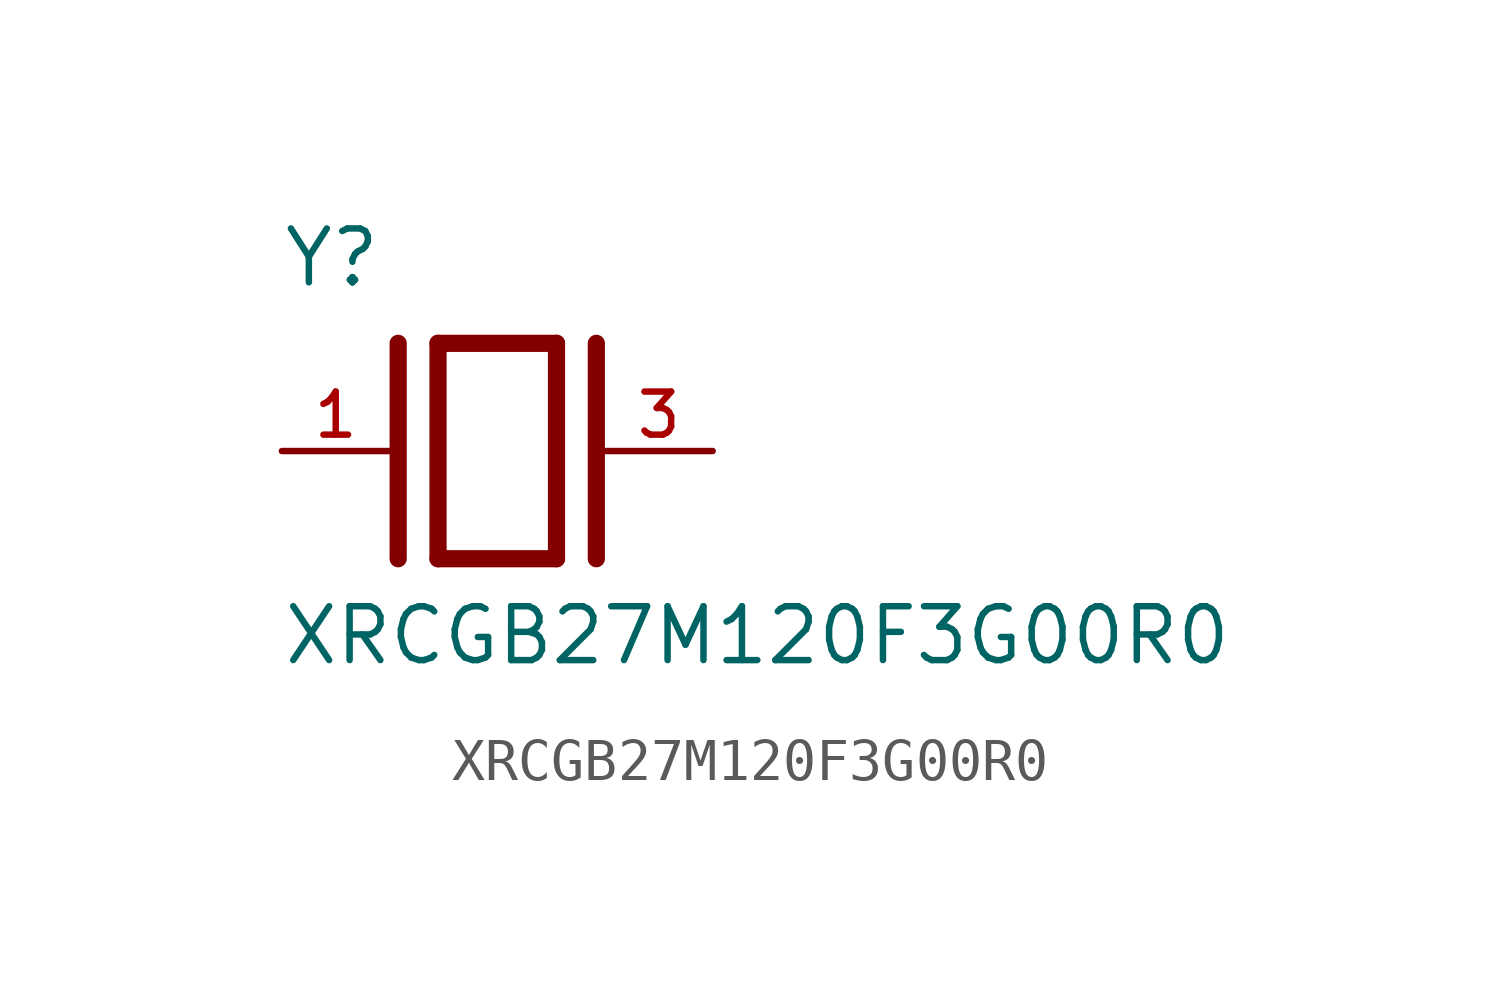
<source format=kicad_sym>
(kicad_symbol_lib
  (version 20211014)
  (generator kicad_symbol_editor)
  (symbol "XRCGB27M120F3G00R0"
    (pin_names
      (offset 1.016))
    (property "Reference" "Y"
      (at -5.088 3.816 0)
      (effects (font (size 1.27 1.27)) (justify bottom left)))
    (property "Value" "XRCGB27M120F3G00R0"
      (at -5.094 -5.094 0)
      (effects (font (size 1.27 1.27)) (justify bottom left)))
    (symbol "XRCGB27M120F3G00R0_0_0"
      (polyline (pts (xy -1.397 2.54) (xy 1.397 2.54)) (stroke (width 0.406)))
      (polyline (pts (xy 1.397 2.54) (xy 1.397 -2.54)) (stroke (width 0.406)))
      (polyline (pts (xy 1.397 -2.54) (xy -1.397 -2.54)) (stroke (width 0.406)))
      (polyline (pts (xy -1.397 2.54) (xy -1.397 -2.54)) (stroke (width 0.406)))
      (polyline (pts (xy 2.337 2.54) (xy 2.337 -2.54)) (stroke (width 0.406)))
      (polyline (pts (xy -2.337 2.54) (xy -2.337 -2.54)) (stroke (width 0.406)))
      (pin passive line (at 5.08 0.0 180.0) (length 2.54) (name "~" (effects (font (size 1.016 1.016)))) (number "3" (effects (font (size 1.016 1.016)))))
      (pin passive line (at -5.08 0.0 0) (length 2.54) (name "~" (effects (font (size 1.016 1.016)))) (number "1" (effects (font (size 1.016 1.016))))))))
</source>
